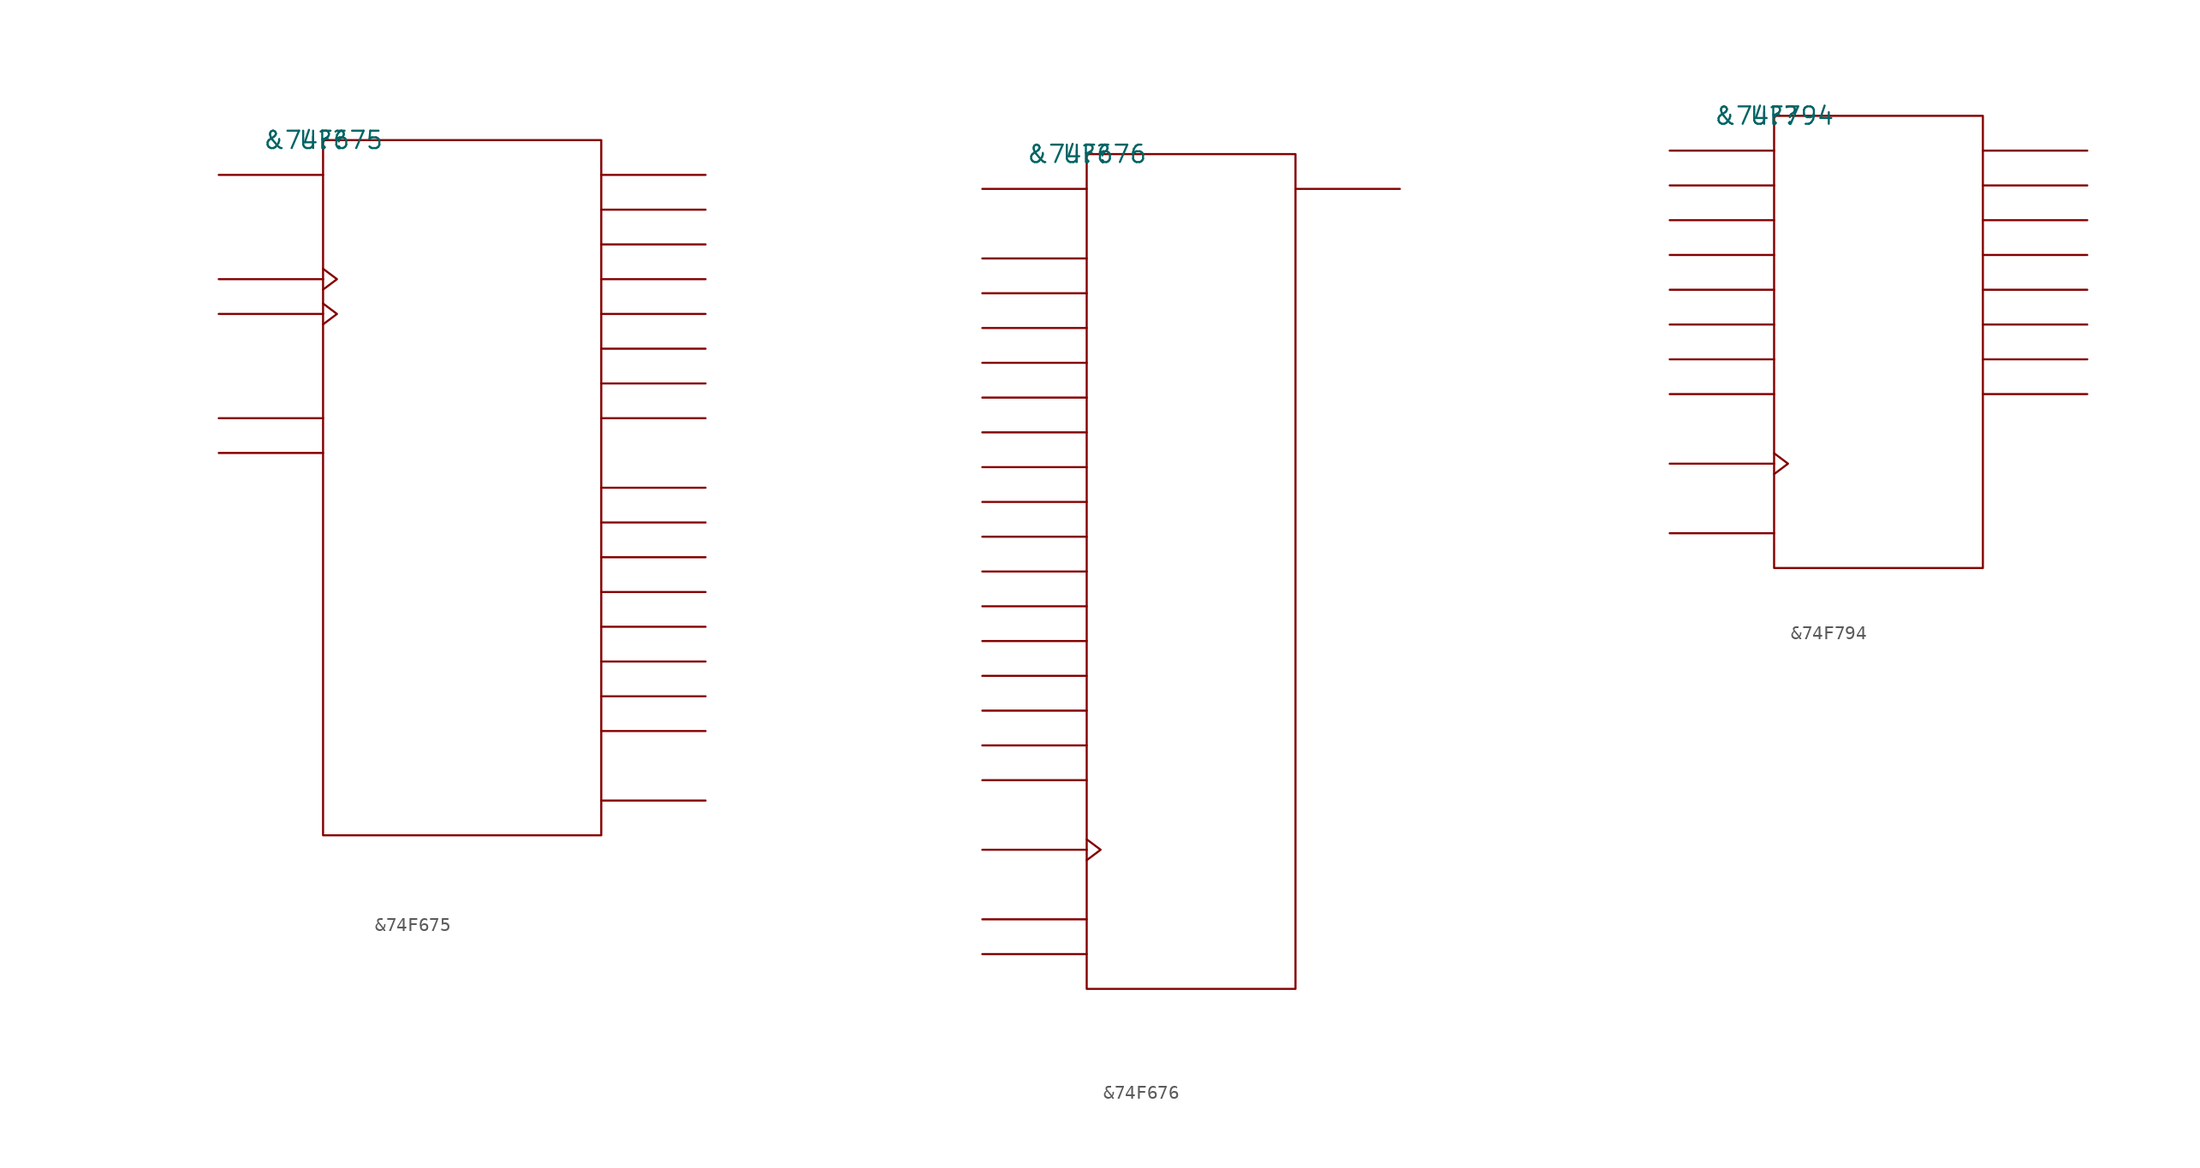
<source format=kicad_sym>
(kicad_symbol_lib
  (version 20211014)
  (generator kicad_symbol_editor)
  (symbol "&74F675"
    (pin_names
      (offset 0.762))
    (property "Reference" "U?"
      (at 0 0 0)
      (effects (font (size 1.27 1.27))))
    (property "Value" "&74F675"
      (at 0 0 0)
      (effects (font (size 1.27 1.27))))
    (symbol "&74F675_0_1"
      (rectangle (start 0 -50.8) (end 20.32 0) (stroke (width 0) (type default) (color 0 0 0 0)) (fill (type none)))
      (polyline (pts (xy 0 -22.86) (xy -7.62 -22.86)) (stroke (width 0) (type default) (color 0 0 0 0)) (fill (type none)))
      (polyline (pts (xy 0 -20.32) (xy -7.62 -20.32)) (stroke (width 0) (type default) (color 0 0 0 0)) (fill (type none)))
      (polyline (pts (xy 0 -12.7) (xy -7.62 -12.7)) (stroke (width 0) (type default) (color 0 0 0 0)) (fill (type none)))
      (polyline (pts (xy 0 -10.16) (xy -7.62 -10.16)) (stroke (width 0) (type default) (color 0 0 0 0)) (fill (type none)))
      (polyline (pts (xy 0 -2.54) (xy -7.62 -2.54)) (stroke (width 0) (type default) (color 0 0 0 0)) (fill (type none)))
      (polyline (pts (xy 20.32 -48.26) (xy 27.94 -48.26)) (stroke (width 0) (type default) (color 0 0 0 0)) (fill (type none)))
      (polyline (pts (xy 20.32 -43.18) (xy 27.94 -43.18)) (stroke (width 0) (type default) (color 0 0 0 0)) (fill (type none)))
      (polyline (pts (xy 20.32 -40.64) (xy 27.94 -40.64)) (stroke (width 0) (type default) (color 0 0 0 0)) (fill (type none)))
      (polyline (pts (xy 20.32 -38.1) (xy 27.94 -38.1)) (stroke (width 0) (type default) (color 0 0 0 0)) (fill (type none)))
      (polyline (pts (xy 20.32 -35.56) (xy 27.94 -35.56)) (stroke (width 0) (type default) (color 0 0 0 0)) (fill (type none)))
      (polyline (pts (xy 20.32 -33.02) (xy 27.94 -33.02)) (stroke (width 0) (type default) (color 0 0 0 0)) (fill (type none)))
      (polyline (pts (xy 20.32 -30.48) (xy 27.94 -30.48)) (stroke (width 0) (type default) (color 0 0 0 0)) (fill (type none)))
      (polyline (pts (xy 20.32 -27.94) (xy 27.94 -27.94)) (stroke (width 0) (type default) (color 0 0 0 0)) (fill (type none)))
      (polyline (pts (xy 20.32 -25.4) (xy 27.94 -25.4)) (stroke (width 0) (type default) (color 0 0 0 0)) (fill (type none)))
      (polyline (pts (xy 20.32 -20.32) (xy 27.94 -20.32)) (stroke (width 0) (type default) (color 0 0 0 0)) (fill (type none)))
      (polyline (pts (xy 20.32 -17.78) (xy 27.94 -17.78)) (stroke (width 0) (type default) (color 0 0 0 0)) (fill (type none)))
      (polyline (pts (xy 20.32 -15.24) (xy 27.94 -15.24)) (stroke (width 0) (type default) (color 0 0 0 0)) (fill (type none)))
      (polyline (pts (xy 20.32 -12.7) (xy 27.94 -12.7)) (stroke (width 0) (type default) (color 0 0 0 0)) (fill (type none)))
      (polyline (pts (xy 20.32 -10.16) (xy 27.94 -10.16)) (stroke (width 0) (type default) (color 0 0 0 0)) (fill (type none)))
      (polyline (pts (xy 20.32 -7.62) (xy 27.94 -7.62)) (stroke (width 0) (type default) (color 0 0 0 0)) (fill (type none)))
      (polyline (pts (xy 20.32 -5.08) (xy 27.94 -5.08)) (stroke (width 0) (type default) (color 0 0 0 0)) (fill (type none)))
      (polyline (pts (xy 20.32 -2.54) (xy 27.94 -2.54)) (stroke (width 0) (type default) (color 0 0 0 0)) (fill (type none)))
      (polyline (pts (xy 0 -11.938) (xy 1.016 -12.7) (xy 0 -13.462)) (stroke (width 0) (type default) (color 0 0 0 0)) (fill (type none)))
      (polyline (pts (xy 0 -9.398) (xy 1.016 -10.16) (xy 0 -10.922)) (stroke (width 0) (type default) (color 0 0 0 0)) (fill (type none))))
    (symbol "&74F675_1_1"
      (pin unspecified line (at -7.62 -22.86 0) (length 7.62) hide (name "C\\S\\" (effects (font (size 1.245 1.245)))) (number "1" (effects (font (size 1.245 1.245)))))
      (pin unspecified line (at 27.94 -10.16 180) (length 7.62) hide (name "Q3" (effects (font (size 1.245 1.245)))) (number "10" (effects (font (size 1.245 1.245)))))
      (pin unspecified line (at 27.94 -12.7 180) (length 7.62) hide (name "Q4" (effects (font (size 1.245 1.245)))) (number "11" (effects (font (size 1.245 1.245)))))
      (pin power_in line (at 5.08 -50.8 180) (length 7.62) hide (name "GND" (effects (font (size 1.245 1.245)))) (number "12" (effects (font (size 1.245 1.245)))))
      (pin unspecified line (at 27.94 -15.24 180) (length 7.62) hide (name "Q5" (effects (font (size 1.245 1.245)))) (number "13" (effects (font (size 1.245 1.245)))))
      (pin unspecified line (at 27.94 -17.78 180) (length 7.62) hide (name "Q6" (effects (font (size 1.245 1.245)))) (number "14" (effects (font (size 1.245 1.245)))))
      (pin unspecified line (at 27.94 -20.32 180) (length 7.62) hide (name "Q7" (effects (font (size 1.245 1.245)))) (number "15" (effects (font (size 1.245 1.245)))))
      (pin unspecified line (at 27.94 -25.4 180) (length 7.62) hide (name "Q8" (effects (font (size 1.245 1.245)))) (number "16" (effects (font (size 1.245 1.245)))))
      (pin unspecified line (at 27.94 -27.94 180) (length 7.62) hide (name "Q9" (effects (font (size 1.245 1.245)))) (number "17" (effects (font (size 1.245 1.245)))))
      (pin unspecified line (at 27.94 -30.48 180) (length 7.62) hide (name "Q10" (effects (font (size 1.245 1.245)))) (number "18" (effects (font (size 1.245 1.245)))))
      (pin unspecified line (at 27.94 -33.02 180) (length 7.62) hide (name "Q11" (effects (font (size 1.245 1.245)))) (number "19" (effects (font (size 1.245 1.245)))))
      (pin unspecified line (at -7.62 -12.7 180) (length 7.62) hide (name "S\\H\\C\\P\\" (effects (font (size 1.245 1.245)))) (number "2" (effects (font (size 1.245 1.245)))))
      (pin unspecified line (at 27.94 -35.56 180) (length 7.62) hide (name "Q12" (effects (font (size 1.245 1.245)))) (number "20" (effects (font (size 1.245 1.245)))))
      (pin unspecified line (at 27.94 -38.1 180) (length 7.62) hide (name "Q13" (effects (font (size 1.245 1.245)))) (number "21" (effects (font (size 1.245 1.245)))))
      (pin unspecified line (at 27.94 -40.64 180) (length 7.62) hide (name "Q14" (effects (font (size 1.245 1.245)))) (number "22" (effects (font (size 1.245 1.245)))))
      (pin unspecified line (at 27.94 -43.18 180) (length 7.62) hide (name "Q15" (effects (font (size 1.245 1.245)))) (number "23" (effects (font (size 1.245 1.245)))))
      (pin power_in line (at 5.08 0 180) (length 7.62) hide (name "VCC" (effects (font (size 1.245 1.245)))) (number "24" (effects (font (size 1.245 1.245)))))
      (pin unspecified line (at -7.62 -20.32 0) (length 7.62) hide (name "R/W\\" (effects (font (size 1.245 1.245)))) (number "3" (effects (font (size 1.245 1.245)))))
      (pin unspecified line (at -7.62 -2.54 0) (length 7.62) hide (name "SI" (effects (font (size 1.245 1.245)))) (number "4" (effects (font (size 1.245 1.245)))))
      (pin unspecified line (at -7.62 -10.16 180) (length 7.62) hide (name "STCP" (effects (font (size 1.245 1.245)))) (number "5" (effects (font (size 1.245 1.245)))))
      (pin unspecified line (at 27.94 -48.26 180) (length 7.62) hide (name "SO" (effects (font (size 1.245 1.245)))) (number "6" (effects (font (size 1.245 1.245)))))
      (pin unspecified line (at 27.94 -2.54 180) (length 7.62) hide (name "Q0" (effects (font (size 1.245 1.245)))) (number "7" (effects (font (size 1.245 1.245)))))
      (pin unspecified line (at 27.94 -5.08 180) (length 7.62) hide (name "Q1" (effects (font (size 1.245 1.245)))) (number "8" (effects (font (size 1.245 1.245)))))
      (pin unspecified line (at 27.94 -7.62 180) (length 7.62) hide (name "Q2" (effects (font (size 1.245 1.245)))) (number "9" (effects (font (size 1.245 1.245)))))))
  (symbol "&74F676"
    (pin_names
      (offset 0.762))
    (property "Reference" "U?"
      (at 0 0 0)
      (effects (font (size 1.27 1.27))))
    (property "Value" "&74F676"
      (at 0 0 0)
      (effects (font (size 1.27 1.27))))
    (symbol "&74F676_0_1"
      (rectangle (start 0 -60.96) (end 15.24 0) (stroke (width 0) (type default) (color 0 0 0 0)) (fill (type none)))
      (polyline (pts (xy 0 -58.42) (xy -7.62 -58.42)) (stroke (width 0) (type default) (color 0 0 0 0)) (fill (type none)))
      (polyline (pts (xy 0 -55.88) (xy -7.62 -55.88)) (stroke (width 0) (type default) (color 0 0 0 0)) (fill (type none)))
      (polyline (pts (xy 0 -50.8) (xy -7.62 -50.8)) (stroke (width 0) (type default) (color 0 0 0 0)) (fill (type none)))
      (polyline (pts (xy 0 -45.72) (xy -7.62 -45.72)) (stroke (width 0) (type default) (color 0 0 0 0)) (fill (type none)))
      (polyline (pts (xy 0 -43.18) (xy -7.62 -43.18)) (stroke (width 0) (type default) (color 0 0 0 0)) (fill (type none)))
      (polyline (pts (xy 0 -40.64) (xy -7.62 -40.64)) (stroke (width 0) (type default) (color 0 0 0 0)) (fill (type none)))
      (polyline (pts (xy 0 -38.1) (xy -7.62 -38.1)) (stroke (width 0) (type default) (color 0 0 0 0)) (fill (type none)))
      (polyline (pts (xy 0 -35.56) (xy -7.62 -35.56)) (stroke (width 0) (type default) (color 0 0 0 0)) (fill (type none)))
      (polyline (pts (xy 0 -33.02) (xy -7.62 -33.02)) (stroke (width 0) (type default) (color 0 0 0 0)) (fill (type none)))
      (polyline (pts (xy 0 -30.48) (xy -7.62 -30.48)) (stroke (width 0) (type default) (color 0 0 0 0)) (fill (type none)))
      (polyline (pts (xy 0 -27.94) (xy -7.62 -27.94)) (stroke (width 0) (type default) (color 0 0 0 0)) (fill (type none)))
      (polyline (pts (xy 0 -25.4) (xy -7.62 -25.4)) (stroke (width 0) (type default) (color 0 0 0 0)) (fill (type none)))
      (polyline (pts (xy 0 -22.86) (xy -7.62 -22.86)) (stroke (width 0) (type default) (color 0 0 0 0)) (fill (type none)))
      (polyline (pts (xy 0 -20.32) (xy -7.62 -20.32)) (stroke (width 0) (type default) (color 0 0 0 0)) (fill (type none)))
      (polyline (pts (xy 0 -17.78) (xy -7.62 -17.78)) (stroke (width 0) (type default) (color 0 0 0 0)) (fill (type none)))
      (polyline (pts (xy 0 -15.24) (xy -7.62 -15.24)) (stroke (width 0) (type default) (color 0 0 0 0)) (fill (type none)))
      (polyline (pts (xy 0 -12.7) (xy -7.62 -12.7)) (stroke (width 0) (type default) (color 0 0 0 0)) (fill (type none)))
      (polyline (pts (xy 0 -10.16) (xy -7.62 -10.16)) (stroke (width 0) (type default) (color 0 0 0 0)) (fill (type none)))
      (polyline (pts (xy 0 -7.62) (xy -7.62 -7.62)) (stroke (width 0) (type default) (color 0 0 0 0)) (fill (type none)))
      (polyline (pts (xy 0 -2.54) (xy -7.62 -2.54)) (stroke (width 0) (type default) (color 0 0 0 0)) (fill (type none)))
      (polyline (pts (xy 15.24 -2.54) (xy 22.86 -2.54)) (stroke (width 0) (type default) (color 0 0 0 0)) (fill (type none)))
      (polyline (pts (xy 0 -50.038) (xy 1.016 -50.8) (xy 0 -51.562)) (stroke (width 0) (type default) (color 0 0 0 0)) (fill (type none))))
    (symbol "&74F676_1_1"
      (pin unspecified line (at -7.62 -58.42 0) (length 7.62) hide (name "C\\S\\" (effects (font (size 1.245 1.245)))) (number "1" (effects (font (size 1.245 1.245)))))
      (pin unspecified line (at -7.62 -15.24 0) (length 7.62) hide (name "P3" (effects (font (size 1.245 1.245)))) (number "10" (effects (font (size 1.245 1.245)))))
      (pin unspecified line (at -7.62 -17.78 0) (length 7.62) hide (name "P4" (effects (font (size 1.245 1.245)))) (number "11" (effects (font (size 1.245 1.245)))))
      (pin power_in line (at 10.16 -60.96 180) (length 7.62) hide (name "GND" (effects (font (size 1.245 1.245)))) (number "12" (effects (font (size 1.245 1.245)))))
      (pin unspecified line (at -7.62 -20.32 0) (length 7.62) hide (name "P5" (effects (font (size 1.245 1.245)))) (number "13" (effects (font (size 1.245 1.245)))))
      (pin unspecified line (at -7.62 -22.86 0) (length 7.62) hide (name "P6" (effects (font (size 1.245 1.245)))) (number "14" (effects (font (size 1.245 1.245)))))
      (pin unspecified line (at -7.62 -25.4 0) (length 7.62) hide (name "P7" (effects (font (size 1.245 1.245)))) (number "15" (effects (font (size 1.245 1.245)))))
      (pin unspecified line (at -7.62 -27.94 0) (length 7.62) hide (name "P8" (effects (font (size 1.245 1.245)))) (number "16" (effects (font (size 1.245 1.245)))))
      (pin unspecified line (at -7.62 -30.48 0) (length 7.62) hide (name "P9" (effects (font (size 1.245 1.245)))) (number "17" (effects (font (size 1.245 1.245)))))
      (pin unspecified line (at -7.62 -33.02 0) (length 7.62) hide (name "P10" (effects (font (size 1.245 1.245)))) (number "18" (effects (font (size 1.245 1.245)))))
      (pin unspecified line (at -7.62 -35.56 0) (length 7.62) hide (name "P11" (effects (font (size 1.245 1.245)))) (number "19" (effects (font (size 1.245 1.245)))))
      (pin unspecified line (at -7.62 -50.8 180) (length 7.62) hide (name "C\\L\\K\\" (effects (font (size 1.245 1.245)))) (number "2" (effects (font (size 1.245 1.245)))))
      (pin unspecified line (at -7.62 -38.1 0) (length 7.62) hide (name "P12" (effects (font (size 1.245 1.245)))) (number "20" (effects (font (size 1.245 1.245)))))
      (pin unspecified line (at -7.62 -40.64 0) (length 7.62) hide (name "P13" (effects (font (size 1.245 1.245)))) (number "21" (effects (font (size 1.245 1.245)))))
      (pin unspecified line (at -7.62 -43.18 0) (length 7.62) hide (name "P14" (effects (font (size 1.245 1.245)))) (number "22" (effects (font (size 1.245 1.245)))))
      (pin unspecified line (at -7.62 -45.72 0) (length 7.62) hide (name "P15" (effects (font (size 1.245 1.245)))) (number "23" (effects (font (size 1.245 1.245)))))
      (pin power_in line (at 5.08 0 180) (length 7.62) hide (name "VCC" (effects (font (size 1.245 1.245)))) (number "24" (effects (font (size 1.245 1.245)))))
      (pin unspecified line (at -7.62 -2.54 0) (length 7.62) hide (name "SI" (effects (font (size 1.245 1.245)))) (number "4" (effects (font (size 1.245 1.245)))))
      (pin unspecified line (at -7.62 -55.88 0) (length 7.62) hide (name "MODE" (effects (font (size 1.245 1.245)))) (number "5" (effects (font (size 1.245 1.245)))))
      (pin unspecified line (at 22.86 -2.54 180) (length 7.62) hide (name "SO" (effects (font (size 1.245 1.245)))) (number "6" (effects (font (size 1.245 1.245)))))
      (pin unspecified line (at -7.62 -7.62 0) (length 7.62) hide (name "P0" (effects (font (size 1.245 1.245)))) (number "7" (effects (font (size 1.245 1.245)))))
      (pin unspecified line (at -7.62 -10.16 0) (length 7.62) hide (name "P1" (effects (font (size 1.245 1.245)))) (number "8" (effects (font (size 1.245 1.245)))))
      (pin unspecified line (at -7.62 -12.7 0) (length 7.62) hide (name "P2" (effects (font (size 1.245 1.245)))) (number "9" (effects (font (size 1.245 1.245)))))))
  (symbol "&74F794"
    (pin_names
      (offset 0.762))
    (property "Reference" "U?"
      (at 0 0 0)
      (effects (font (size 1.27 1.27))))
    (property "Value" "&74F794"
      (at 0 0 0)
      (effects (font (size 1.27 1.27))))
    (symbol "&74F794_0_1"
      (rectangle (start 0 -33.02) (end 15.24 0) (stroke (width 0) (type default) (color 0 0 0 0)) (fill (type none)))
      (polyline (pts (xy 0 -30.48) (xy -7.62 -30.48)) (stroke (width 0) (type default) (color 0 0 0 0)) (fill (type none)))
      (polyline (pts (xy 0 -25.4) (xy -7.62 -25.4)) (stroke (width 0) (type default) (color 0 0 0 0)) (fill (type none)))
      (polyline (pts (xy 0 -20.32) (xy -7.62 -20.32)) (stroke (width 0) (type default) (color 0 0 0 0)) (fill (type none)))
      (polyline (pts (xy 0 -17.78) (xy -7.62 -17.78)) (stroke (width 0) (type default) (color 0 0 0 0)) (fill (type none)))
      (polyline (pts (xy 0 -15.24) (xy -7.62 -15.24)) (stroke (width 0) (type default) (color 0 0 0 0)) (fill (type none)))
      (polyline (pts (xy 0 -12.7) (xy -7.62 -12.7)) (stroke (width 0) (type default) (color 0 0 0 0)) (fill (type none)))
      (polyline (pts (xy 0 -10.16) (xy -7.62 -10.16)) (stroke (width 0) (type default) (color 0 0 0 0)) (fill (type none)))
      (polyline (pts (xy 0 -7.62) (xy -7.62 -7.62)) (stroke (width 0) (type default) (color 0 0 0 0)) (fill (type none)))
      (polyline (pts (xy 0 -5.08) (xy -7.62 -5.08)) (stroke (width 0) (type default) (color 0 0 0 0)) (fill (type none)))
      (polyline (pts (xy 0 -2.54) (xy -7.62 -2.54)) (stroke (width 0) (type default) (color 0 0 0 0)) (fill (type none)))
      (polyline (pts (xy 15.24 -20.32) (xy 22.86 -20.32)) (stroke (width 0) (type default) (color 0 0 0 0)) (fill (type none)))
      (polyline (pts (xy 15.24 -17.78) (xy 22.86 -17.78)) (stroke (width 0) (type default) (color 0 0 0 0)) (fill (type none)))
      (polyline (pts (xy 15.24 -15.24) (xy 22.86 -15.24)) (stroke (width 0) (type default) (color 0 0 0 0)) (fill (type none)))
      (polyline (pts (xy 15.24 -12.7) (xy 22.86 -12.7)) (stroke (width 0) (type default) (color 0 0 0 0)) (fill (type none)))
      (polyline (pts (xy 15.24 -10.16) (xy 22.86 -10.16)) (stroke (width 0) (type default) (color 0 0 0 0)) (fill (type none)))
      (polyline (pts (xy 15.24 -7.62) (xy 22.86 -7.62)) (stroke (width 0) (type default) (color 0 0 0 0)) (fill (type none)))
      (polyline (pts (xy 15.24 -5.08) (xy 22.86 -5.08)) (stroke (width 0) (type default) (color 0 0 0 0)) (fill (type none)))
      (polyline (pts (xy 15.24 -2.54) (xy 22.86 -2.54)) (stroke (width 0) (type default) (color 0 0 0 0)) (fill (type none)))
      (polyline (pts (xy 0 -24.638) (xy 1.016 -25.4) (xy 0 -26.162)) (stroke (width 0) (type default) (color 0 0 0 0)) (fill (type none))))
    (symbol "&74F794_1_1"
      (pin unspecified line (at -7.62 -30.48 0) (length 7.62) hide (name "O\\E\\" (effects (font (size 1.245 1.245)))) (number "1" (effects (font (size 1.245 1.245)))))
      (pin power_in line (at 7.62 -33.02 0) (length 7.62) hide (name "GND" (effects (font (size 1.245 1.245)))) (number "10" (effects (font (size 1.245 1.245)))))
      (pin unspecified line (at -7.62 -25.4 180) (length 7.62) hide (name "CLK" (effects (font (size 1.245 1.245)))) (number "11" (effects (font (size 1.245 1.245)))))
      (pin unspecified line (at 22.86 -20.32 180) (length 7.62) hide (name "Q7" (effects (font (size 1.245 1.245)))) (number "12" (effects (font (size 1.245 1.245)))))
      (pin unspecified line (at 22.86 -17.78 180) (length 7.62) hide (name "Q6" (effects (font (size 1.245 1.245)))) (number "13" (effects (font (size 1.245 1.245)))))
      (pin unspecified line (at 22.86 -15.24 180) (length 7.62) hide (name "Q5" (effects (font (size 1.245 1.245)))) (number "14" (effects (font (size 1.245 1.245)))))
      (pin unspecified line (at 22.86 -12.7 180) (length 7.62) hide (name "Q4" (effects (font (size 1.245 1.245)))) (number "15" (effects (font (size 1.245 1.245)))))
      (pin unspecified line (at 22.86 -10.16 180) (length 7.62) hide (name "Q3" (effects (font (size 1.245 1.245)))) (number "16" (effects (font (size 1.245 1.245)))))
      (pin unspecified line (at 22.86 -7.62 180) (length 7.62) hide (name "Q2" (effects (font (size 1.245 1.245)))) (number "17" (effects (font (size 1.245 1.245)))))
      (pin unspecified line (at 22.86 -5.08 180) (length 7.62) hide (name "Q1" (effects (font (size 1.245 1.245)))) (number "18" (effects (font (size 1.245 1.245)))))
      (pin unspecified line (at 22.86 -2.54 180) (length 7.62) hide (name "Q0" (effects (font (size 1.245 1.245)))) (number "19" (effects (font (size 1.245 1.245)))))
      (pin unspecified line (at -7.62 -2.54 0) (length 7.62) hide (name "D0" (effects (font (size 1.245 1.245)))) (number "2" (effects (font (size 1.245 1.245)))))
      (pin power_in line (at 7.62 0 180) (length 7.62) hide (name "VCC" (effects (font (size 1.245 1.245)))) (number "20" (effects (font (size 1.245 1.245)))))
      (pin unspecified line (at -7.62 -5.08 0) (length 7.62) hide (name "D1" (effects (font (size 1.245 1.245)))) (number "3" (effects (font (size 1.245 1.245)))))
      (pin unspecified line (at -7.62 -7.62 0) (length 7.62) hide (name "D2" (effects (font (size 1.245 1.245)))) (number "4" (effects (font (size 1.245 1.245)))))
      (pin unspecified line (at -7.62 -10.16 0) (length 7.62) hide (name "D3" (effects (font (size 1.245 1.245)))) (number "5" (effects (font (size 1.245 1.245)))))
      (pin unspecified line (at -7.62 -12.7 0) (length 7.62) hide (name "D4" (effects (font (size 1.245 1.245)))) (number "6" (effects (font (size 1.245 1.245)))))
      (pin unspecified line (at -7.62 -15.24 0) (length 7.62) hide (name "D5" (effects (font (size 1.245 1.245)))) (number "7" (effects (font (size 1.245 1.245)))))
      (pin unspecified line (at -7.62 -17.78 0) (length 7.62) hide (name "D6" (effects (font (size 1.245 1.245)))) (number "8" (effects (font (size 1.245 1.245)))))
      (pin unspecified line (at -7.62 -20.32 0) (length 7.62) hide (name "D7" (effects (font (size 1.245 1.245)))) (number "9" (effects (font (size 1.245 1.245))))))))
</source>
